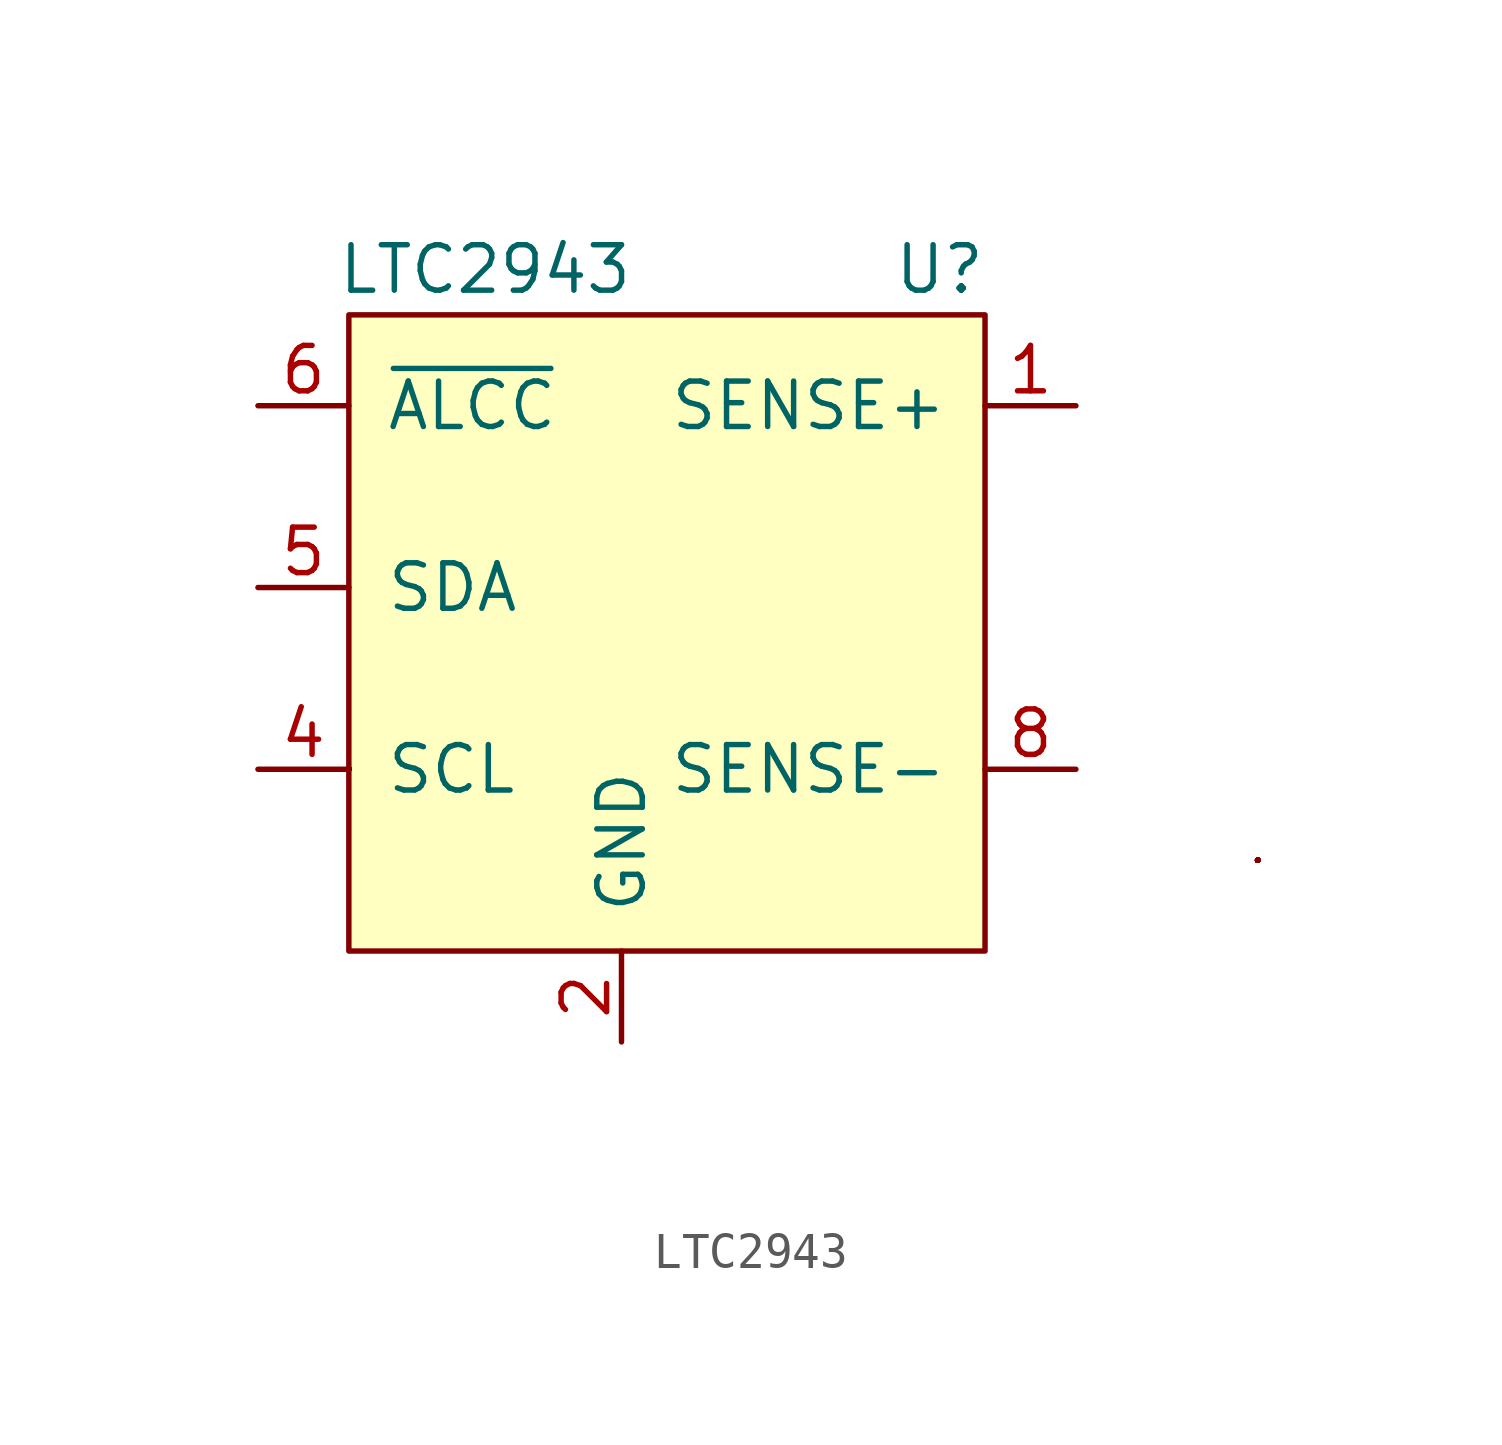
<source format=kicad_sym>
(kicad_symbol_lib
  (version 20211014)
  (generator kicad_symbol_editor)
  (symbol "LTC2943"
    (pin_names
      (offset 1.016))
    (property "Reference" "U"
      (at 8.89 10.16 0)
      (effects (font (size 1.27 1.27))))
    (property "Value" "LTC2943"
      (at -3.81 10.16 0)
      (effects (font (size 1.27 1.27))))
    (symbol "LTC2943_0_1"
      (rectangle (start -7.62 -3.81) (end -7.62 -3.81) (stroke (width 0) (type default) (color 0 0 0 0)) (fill (type none)))
      (rectangle (start -7.62 -3.81) (end -7.62 -3.81) (stroke (width 0) (type default) (color 0 0 0 0)) (fill (type none)))
      (rectangle (start -7.62 -3.81) (end -7.62 -3.81) (stroke (width 0) (type default) (color 0 0 0 0)) (fill (type none)))
      (rectangle (start -7.62 -3.81) (end -7.62 -3.81) (stroke (width 0) (type default) (color 0 0 0 0)) (fill (type none)))
      (rectangle (start -7.62 -3.81) (end -7.62 -3.81) (stroke (width 0) (type default) (color 0 0 0 0)) (fill (type none)))
      (rectangle (start -7.62 -3.81) (end -7.62 -3.81) (stroke (width 0) (type default) (color 0 0 0 0)) (fill (type none)))
      (rectangle (start -7.62 -3.81) (end -7.62 -3.81) (stroke (width 0) (type default) (color 0 0 0 0)) (fill (type none)))
      (rectangle (start -7.62 -3.81) (end -7.62 -3.81) (stroke (width 0) (type default) (color 0 0 0 0)) (fill (type none)))
      (rectangle (start -7.62 -3.81) (end -7.62 -3.81) (stroke (width 0) (type default) (color 0 0 0 0)) (fill (type none)))
      (rectangle (start -7.62 -3.81) (end -7.62 -3.81) (stroke (width 0) (type default) (color 0 0 0 0)) (fill (type none)))
      (rectangle (start -7.62 -3.81) (end -7.62 -3.81) (stroke (width 0) (type default) (color 0 0 0 0)) (fill (type none)))
      (rectangle (start -7.62 -3.81) (end -7.62 -3.81) (stroke (width 0) (type default) (color 0 0 0 0)) (fill (type none)))
      (rectangle (start -7.62 -3.81) (end -7.62 -3.81) (stroke (width 0) (type default) (color 0 0 0 0)) (fill (type none)))
      (rectangle (start -7.62 -3.81) (end -7.62 -3.81) (stroke (width 0) (type default) (color 0 0 0 0)) (fill (type none)))
      (rectangle (start -7.62 -3.81) (end -7.62 -3.81) (stroke (width 0) (type default) (color 0 0 0 0)) (fill (type none)))
      (rectangle (start -7.62 -3.81) (end -7.62 -3.81) (stroke (width 0) (type default) (color 0 0 0 0)) (fill (type none)))
      (rectangle (start -7.62 -3.81) (end -7.62 -3.81) (stroke (width 0) (type default) (color 0 0 0 0)) (fill (type none)))
      (rectangle (start -7.62 -3.81) (end -7.62 -3.81) (stroke (width 0) (type default) (color 0 0 0 0)) (fill (type none)))
      (rectangle (start -7.62 -3.81) (end -7.62 -3.81) (stroke (width 0) (type default) (color 0 0 0 0)) (fill (type none)))
      (rectangle (start -7.62 -3.81) (end -7.62 -3.81) (stroke (width 0) (type default) (color 0 0 0 0)) (fill (type none)))
      (rectangle (start -7.62 -3.81) (end -7.62 -3.81) (stroke (width 0) (type default) (color 0 0 0 0)) (fill (type none)))
      (rectangle (start -7.62 -3.81) (end -7.62 -3.81) (stroke (width 0) (type default) (color 0 0 0 0)) (fill (type none)))
      (rectangle (start -7.62 -3.81) (end -7.62 -3.81) (stroke (width 0) (type default) (color 0 0 0 0)) (fill (type none)))
      (rectangle (start -7.62 -3.81) (end -7.62 -3.81) (stroke (width 0) (type default) (color 0 0 0 0)) (fill (type none)))
      (rectangle (start -7.62 -3.81) (end -7.62 -3.81) (stroke (width 0) (type default) (color 0 0 0 0)) (fill (type none)))
      (rectangle (start -7.62 -3.81) (end -7.62 -3.81) (stroke (width 0) (type default) (color 0 0 0 0)) (fill (type none)))
      (rectangle (start -7.62 -3.81) (end -7.62 -3.81) (stroke (width 0) (type default) (color 0 0 0 0)) (fill (type none)))
      (rectangle (start -7.62 -3.81) (end -7.62 -3.81) (stroke (width 0) (type default) (color 0 0 0 0)) (fill (type none)))
      (rectangle (start -7.62 -3.81) (end -7.62 -3.81) (stroke (width 0) (type default) (color 0 0 0 0)) (fill (type none)))
      (rectangle (start -7.62 -3.81) (end -7.62 -3.81) (stroke (width 0) (type default) (color 0 0 0 0)) (fill (type none)))
      (rectangle (start -7.62 -3.81) (end -7.62 -3.81) (stroke (width 0) (type default) (color 0 0 0 0)) (fill (type none)))
      (rectangle (start -7.62 -3.81) (end -7.62 -3.81) (stroke (width 0) (type default) (color 0 0 0 0)) (fill (type none)))
      (rectangle (start -7.62 -3.81) (end -7.62 -3.81) (stroke (width 0) (type default) (color 0 0 0 0)) (fill (type none)))
      (rectangle (start -7.62 -3.81) (end -7.62 -3.81) (stroke (width 0) (type default) (color 0 0 0 0)) (fill (type none)))
      (rectangle (start -7.62 -3.81) (end -7.62 -3.81) (stroke (width 0) (type default) (color 0 0 0 0)) (fill (type none)))
      (rectangle (start -7.62 -3.81) (end -7.62 -3.81) (stroke (width 0) (type default) (color 0 0 0 0)) (fill (type none)))
      (rectangle (start -7.62 -3.81) (end -7.62 -3.81) (stroke (width 0) (type default) (color 0 0 0 0)) (fill (type none)))
      (rectangle (start -7.62 -3.81) (end -7.62 -3.81) (stroke (width 0) (type default) (color 0 0 0 0)) (fill (type none)))
      (rectangle (start -7.62 -3.81) (end -7.62 -3.81) (stroke (width 0) (type default) (color 0 0 0 0)) (fill (type none)))
      (rectangle (start -7.62 -3.81) (end -7.62 -3.81) (stroke (width 0) (type default) (color 0 0 0 0)) (fill (type none)))
      (rectangle (start -7.62 -3.81) (end -7.62 -3.81) (stroke (width 0) (type default) (color 0 0 0 0)) (fill (type none)))
      (rectangle (start -7.62 -3.81) (end -7.62 -3.81) (stroke (width 0) (type default) (color 0 0 0 0)) (fill (type none)))
      (rectangle (start -7.62 -3.81) (end -7.62 -3.81) (stroke (width 0) (type default) (color 0 0 0 0)) (fill (type none)))
      (rectangle (start -7.62 -3.81) (end -7.62 -3.81) (stroke (width 0) (type default) (color 0 0 0 0)) (fill (type none)))
      (rectangle (start -7.62 -3.81) (end -7.62 -3.81) (stroke (width 0) (type default) (color 0 0 0 0)) (fill (type none)))
      (rectangle (start -7.62 -3.81) (end -7.62 -3.81) (stroke (width 0) (type default) (color 0 0 0 0)) (fill (type none)))
      (rectangle (start -7.62 -3.81) (end -7.62 -3.81) (stroke (width 0) (type default) (color 0 0 0 0)) (fill (type none)))
      (rectangle (start -7.62 -3.81) (end -7.62 -3.81) (stroke (width 0) (type default) (color 0 0 0 0)) (fill (type none)))
      (rectangle (start -7.62 -3.81) (end -7.62 -3.81) (stroke (width 0) (type default) (color 0 0 0 0)) (fill (type none)))
      (rectangle (start -7.62 -3.81) (end -7.62 -3.81) (stroke (width 0) (type default) (color 0 0 0 0)) (fill (type none)))
      (rectangle (start -7.62 -3.81) (end -7.62 -3.81) (stroke (width 0) (type default) (color 0 0 0 0)) (fill (type none)))
      (rectangle (start -7.62 -3.81) (end -7.62 -3.81) (stroke (width 0) (type default) (color 0 0 0 0)) (fill (type none)))
      (rectangle (start -7.62 -3.81) (end -7.62 -3.81) (stroke (width 0) (type default) (color 0 0 0 0)) (fill (type none)))
      (rectangle (start -7.62 -3.81) (end -7.62 -3.81) (stroke (width 0) (type default) (color 0 0 0 0)) (fill (type none)))
      (rectangle (start -7.62 -3.81) (end -7.62 -3.81) (stroke (width 0) (type default) (color 0 0 0 0)) (fill (type none)))
      (rectangle (start -7.62 -3.81) (end -7.62 -3.81) (stroke (width 0) (type default) (color 0 0 0 0)) (fill (type none)))
      (rectangle (start -7.62 -3.81) (end -7.62 -3.81) (stroke (width 0) (type default) (color 0 0 0 0)) (fill (type none)))
      (rectangle (start -7.62 -3.81) (end -7.62 -3.81) (stroke (width 0) (type default) (color 0 0 0 0)) (fill (type none)))
      (rectangle (start -7.62 8.89) (end 10.16 -8.89) (stroke (width 0) (type default) (color 0 0 0 0)) (fill (type background)))
      (rectangle (start 17.78 -6.35) (end 17.78 -6.35) (stroke (width 0) (type default) (color 0 0 0 0)) (fill (type none)))
      (rectangle (start 17.78 -6.35) (end 17.78 -6.35) (stroke (width 0) (type default) (color 0 0 0 0)) (fill (type none)))
      (rectangle (start 17.78 -6.35) (end 17.78 -6.35) (stroke (width 0) (type default) (color 0 0 0 0)) (fill (type none)))
      (rectangle (start 17.78 -6.35) (end 17.78 -6.35) (stroke (width 0) (type default) (color 0 0 0 0)) (fill (type none)))
      (rectangle (start 17.78 -6.35) (end 17.78 -6.35) (stroke (width 0) (type default) (color 0 0 0 0)) (fill (type none)))
      (rectangle (start 17.78 -6.35) (end 17.78 -6.35) (stroke (width 0) (type default) (color 0 0 0 0)) (fill (type none)))
      (rectangle (start 17.78 -6.35) (end 17.78 -6.35) (stroke (width 0) (type default) (color 0 0 0 0)) (fill (type none)))
      (rectangle (start 17.78 -6.35) (end 17.78 -6.35) (stroke (width 0) (type default) (color 0 0 0 0)) (fill (type none)))
      (rectangle (start 17.78 -6.35) (end 17.78 -6.35) (stroke (width 0) (type default) (color 0 0 0 0)) (fill (type none)))
      (rectangle (start 17.78 -6.35) (end 17.78 -6.35) (stroke (width 0) (type default) (color 0 0 0 0)) (fill (type none)))
      (rectangle (start 17.78 -6.35) (end 17.78 -6.35) (stroke (width 0) (type default) (color 0 0 0 0)) (fill (type none)))
      (rectangle (start 17.78 -6.35) (end 17.78 -6.35) (stroke (width 0) (type default) (color 0 0 0 0)) (fill (type none)))
      (rectangle (start 17.78 -6.35) (end 17.78 -6.35) (stroke (width 0) (type default) (color 0 0 0 0)) (fill (type none)))
      (rectangle (start 17.78 -6.35) (end 17.78 -6.35) (stroke (width 0) (type default) (color 0 0 0 0)) (fill (type none)))
      (rectangle (start 17.78 -6.35) (end 17.78 -6.35) (stroke (width 0) (type default) (color 0 0 0 0)) (fill (type none)))
      (rectangle (start 17.78 -6.35) (end 17.78 -6.35) (stroke (width 0) (type default) (color 0 0 0 0)) (fill (type none)))
      (rectangle (start 17.78 -6.35) (end 17.78 -6.35) (stroke (width 0) (type default) (color 0 0 0 0)) (fill (type none)))
      (rectangle (start 17.78 -6.35) (end 17.78 -6.35) (stroke (width 0) (type default) (color 0 0 0 0)) (fill (type none)))
      (rectangle (start 17.78 -6.35) (end 17.78 -6.35) (stroke (width 0) (type default) (color 0 0 0 0)) (fill (type none)))
      (rectangle (start 17.78 -6.35) (end 17.78 -6.35) (stroke (width 0) (type default) (color 0 0 0 0)) (fill (type none)))
      (rectangle (start 17.78 -6.35) (end 17.78 -6.35) (stroke (width 0) (type default) (color 0 0 0 0)) (fill (type none)))
      (rectangle (start 17.78 -6.35) (end 17.78 -6.35) (stroke (width 0) (type default) (color 0 0 0 0)) (fill (type none)))
      (rectangle (start 17.78 -6.35) (end 17.78 -6.35) (stroke (width 0) (type default) (color 0 0 0 0)) (fill (type none)))
      (rectangle (start 17.78 -6.35) (end 17.78 -6.35) (stroke (width 0) (type default) (color 0 0 0 0)) (fill (type none)))
      (rectangle (start 17.78 -6.35) (end 17.78 -6.35) (stroke (width 0) (type default) (color 0 0 0 0)) (fill (type none)))
      (rectangle (start 17.78 -6.35) (end 17.78 -6.35) (stroke (width 0) (type default) (color 0 0 0 0)) (fill (type none)))
      (rectangle (start 17.78 -6.35) (end 17.78 -6.35) (stroke (width 0) (type default) (color 0 0 0 0)) (fill (type none)))
      (rectangle (start 17.78 -6.35) (end 17.78 -6.35) (stroke (width 0) (type default) (color 0 0 0 0)) (fill (type none)))
      (rectangle (start 17.78 -6.35) (end 17.78 -6.35) (stroke (width 0) (type default) (color 0 0 0 0)) (fill (type none)))
      (rectangle (start 17.78 -6.35) (end 17.78 -6.35) (stroke (width 0) (type default) (color 0 0 0 0)) (fill (type none)))
      (rectangle (start 17.78 -6.35) (end 17.78 -6.35) (stroke (width 0) (type default) (color 0 0 0 0)) (fill (type none)))
      (rectangle (start 17.78 -6.35) (end 17.78 -6.35) (stroke (width 0) (type default) (color 0 0 0 0)) (fill (type none)))
      (rectangle (start 17.78 -6.35) (end 17.78 -6.35) (stroke (width 0) (type default) (color 0 0 0 0)) (fill (type none)))
      (rectangle (start 17.78 -6.35) (end 17.78 -6.35) (stroke (width 0) (type default) (color 0 0 0 0)) (fill (type none)))
      (rectangle (start 17.78 -6.35) (end 17.78 -6.35) (stroke (width 0) (type default) (color 0 0 0 0)) (fill (type none)))
      (rectangle (start 17.78 -6.35) (end 17.78 -6.35) (stroke (width 0) (type default) (color 0 0 0 0)) (fill (type none)))
      (rectangle (start 17.78 -6.35) (end 17.78 -6.35) (stroke (width 0) (type default) (color 0 0 0 0)) (fill (type none)))
      (rectangle (start 17.78 -6.35) (end 17.78 -6.35) (stroke (width 0) (type default) (color 0 0 0 0)) (fill (type none)))
      (rectangle (start 17.78 -6.35) (end 17.78 -6.35) (stroke (width 0) (type default) (color 0 0 0 0)) (fill (type none)))
      (rectangle (start 17.78 -6.35) (end 17.78 -6.35) (stroke (width 0) (type default) (color 0 0 0 0)) (fill (type none)))
      (rectangle (start 17.78 -6.35) (end 17.78 -6.35) (stroke (width 0) (type default) (color 0 0 0 0)) (fill (type none)))
      (rectangle (start 17.78 -6.35) (end 17.78 -6.35) (stroke (width 0) (type default) (color 0 0 0 0)) (fill (type none)))
      (rectangle (start 17.78 -6.35) (end 17.78 -6.35) (stroke (width 0) (type default) (color 0 0 0 0)) (fill (type none)))
      (rectangle (start 17.78 -6.35) (end 17.78 -6.35) (stroke (width 0) (type default) (color 0 0 0 0)) (fill (type none)))
      (rectangle (start 17.78 -6.35) (end 17.78 -6.35) (stroke (width 0) (type default) (color 0 0 0 0)) (fill (type none)))
      (rectangle (start 17.78 -6.35) (end 17.78 -6.35) (stroke (width 0) (type default) (color 0 0 0 0)) (fill (type none)))
      (rectangle (start 17.78 -6.35) (end 17.78 -6.35) (stroke (width 0) (type default) (color 0 0 0 0)) (fill (type none)))
      (rectangle (start 17.78 -6.35) (end 17.78 -6.35) (stroke (width 0) (type default) (color 0 0 0 0)) (fill (type none)))
      (rectangle (start 17.78 -6.35) (end 17.78 -6.35) (stroke (width 0) (type default) (color 0 0 0 0)) (fill (type none)))
      (rectangle (start 17.78 -6.35) (end 17.78 -6.35) (stroke (width 0) (type default) (color 0 0 0 0)) (fill (type none)))
      (rectangle (start 17.78 -6.35) (end 17.78 -6.35) (stroke (width 0) (type default) (color 0 0 0 0)) (fill (type none)))
      (rectangle (start 17.78 -6.35) (end 17.78 -6.35) (stroke (width 0) (type default) (color 0 0 0 0)) (fill (type none)))
      (rectangle (start 17.78 -6.35) (end 17.78 -6.35) (stroke (width 0) (type default) (color 0 0 0 0)) (fill (type none)))
      (rectangle (start 17.78 -6.35) (end 17.78 -6.35) (stroke (width 0) (type default) (color 0 0 0 0)) (fill (type none)))
      (rectangle (start 17.78 -6.35) (end 17.78 -6.35) (stroke (width 0) (type default) (color 0 0 0 0)) (fill (type none)))
      (rectangle (start 17.78 -6.35) (end 17.78 -6.35) (stroke (width 0) (type default) (color 0 0 0 0)) (fill (type none)))
      (rectangle (start 17.78 -6.35) (end 17.78 -6.35) (stroke (width 0) (type default) (color 0 0 0 0)) (fill (type none)))
      (rectangle (start 17.78 -6.35) (end 17.78 -6.35) (stroke (width 0) (type default) (color 0 0 0 0)) (fill (type none)))
      (rectangle (start 17.78 -6.35) (end 17.78 -6.35) (stroke (width 0) (type default) (color 0 0 0 0)) (fill (type none)))
      (rectangle (start 17.78 -6.35) (end 17.78 -6.35) (stroke (width 0) (type default) (color 0 0 0 0)) (fill (type none)))
      (rectangle (start 17.78 -6.35) (end 17.78 -6.35) (stroke (width 0) (type default) (color 0 0 0 0)) (fill (type none)))
      (rectangle (start 17.78 -6.35) (end 17.78 -6.35) (stroke (width 0) (type default) (color 0 0 0 0)) (fill (type none)))
      (rectangle (start 17.78 -6.35) (end 17.78 -6.35) (stroke (width 0) (type default) (color 0 0 0 0)) (fill (type none)))
      (rectangle (start 17.78 -6.35) (end 17.78 -6.35) (stroke (width 0) (type default) (color 0 0 0 0)) (fill (type none)))
      (rectangle (start 17.78 -6.35) (end 17.78 -6.35) (stroke (width 0) (type default) (color 0 0 0 0)) (fill (type none)))
      (rectangle (start 17.78 -6.35) (end 17.78 -6.35) (stroke (width 0) (type default) (color 0 0 0 0)) (fill (type none)))
      (rectangle (start 17.78 -6.35) (end 17.78 -6.35) (stroke (width 0) (type default) (color 0 0 0 0)) (fill (type none)))
      (rectangle (start 17.78 -6.35) (end 17.78 -6.35) (stroke (width 0) (type default) (color 0 0 0 0)) (fill (type none)))
      (rectangle (start 17.78 -6.35) (end 17.78 -6.35) (stroke (width 0) (type default) (color 0 0 0 0)) (fill (type none)))
      (rectangle (start 17.78 -6.35) (end 17.78 -6.35) (stroke (width 0) (type default) (color 0 0 0 0)) (fill (type none)))
      (rectangle (start 17.78 -6.35) (end 17.78 -6.35) (stroke (width 0) (type default) (color 0 0 0 0)) (fill (type none)))
      (rectangle (start 17.78 -6.35) (end 17.78 -6.35) (stroke (width 0) (type default) (color 0 0 0 0)) (fill (type none)))
      (rectangle (start 17.78 -6.35) (end 17.78 -6.35) (stroke (width 0) (type default) (color 0 0 0 0)) (fill (type none)))
      (rectangle (start 17.78 -6.35) (end 17.78 -6.35) (stroke (width 0) (type default) (color 0 0 0 0)) (fill (type none)))
      (rectangle (start 17.78 -6.35) (end 17.78 -6.35) (stroke (width 0) (type default) (color 0 0 0 0)) (fill (type none)))
      (rectangle (start 17.78 -6.35) (end 17.78 -6.35) (stroke (width 0) (type default) (color 0 0 0 0)) (fill (type none)))
      (rectangle (start 17.78 -6.35) (end 17.78 -6.35) (stroke (width 0) (type default) (color 0 0 0 0)) (fill (type none)))
      (rectangle (start 17.78 -6.35) (end 17.78 -6.35) (stroke (width 0) (type default) (color 0 0 0 0)) (fill (type none)))
      (rectangle (start 17.78 -6.35) (end 17.78 -6.35) (stroke (width 0) (type default) (color 0 0 0 0)) (fill (type none)))
      (rectangle (start 17.78 -6.35) (end 17.78 -6.35) (stroke (width 0) (type default) (color 0 0 0 0)) (fill (type none)))
      (rectangle (start 17.78 -6.35) (end 17.78 -6.35) (stroke (width 0) (type default) (color 0 0 0 0)) (fill (type none)))
      (rectangle (start 17.78 -6.35) (end 17.78 -6.35) (stroke (width 0) (type default) (color 0 0 0 0)) (fill (type none)))
      (rectangle (start 17.78 -6.35) (end 17.78 -6.35) (stroke (width 0) (type default) (color 0 0 0 0)) (fill (type none)))
      (rectangle (start 17.78 -6.35) (end 17.78 -6.35) (stroke (width 0) (type default) (color 0 0 0 0)) (fill (type none)))
      (rectangle (start 17.78 -6.35) (end 17.78 -6.35) (stroke (width 0) (type default) (color 0 0 0 0)) (fill (type none)))
      (rectangle (start 17.78 -6.35) (end 17.78 -6.35) (stroke (width 0) (type default) (color 0 0 0 0)) (fill (type none)))
      (rectangle (start 17.78 -6.35) (end 17.78 -6.35) (stroke (width 0) (type default) (color 0 0 0 0)) (fill (type none)))
      (rectangle (start 17.78 -6.35) (end 17.78 -6.35) (stroke (width 0) (type default) (color 0 0 0 0)) (fill (type none)))
      (rectangle (start 17.78 -6.35) (end 17.78 -6.35) (stroke (width 0) (type default) (color 0 0 0 0)) (fill (type none)))
      (rectangle (start 17.78 -6.35) (end 17.78 -6.35) (stroke (width 0) (type default) (color 0 0 0 0)) (fill (type none)))
      (rectangle (start 17.78 -6.35) (end 17.78 -6.35) (stroke (width 0) (type default) (color 0 0 0 0)) (fill (type none)))
      (rectangle (start 17.78 -6.35) (end 17.78 -6.35) (stroke (width 0) (type default) (color 0 0 0 0)) (fill (type none)))
      (rectangle (start 17.78 -6.35) (end 17.78 -6.35) (stroke (width 0) (type default) (color 0 0 0 0)) (fill (type none)))
      (rectangle (start 17.78 -6.35) (end 17.78 -6.35) (stroke (width 0) (type default) (color 0 0 0 0)) (fill (type none)))
      (rectangle (start 17.78 -6.35) (end 17.78 -6.35) (stroke (width 0) (type default) (color 0 0 0 0)) (fill (type none)))
      (rectangle (start 17.78 -6.35) (end 17.78 -6.35) (stroke (width 0) (type default) (color 0 0 0 0)) (fill (type none)))
      (rectangle (start 17.78 -6.35) (end 17.78 -6.35) (stroke (width 0) (type default) (color 0 0 0 0)) (fill (type none)))
      (rectangle (start 17.78 -6.35) (end 17.78 -6.35) (stroke (width 0) (type default) (color 0 0 0 0)) (fill (type none)))
      (rectangle (start 17.78 -6.35) (end 17.78 -6.35) (stroke (width 0) (type default) (color 0 0 0 0)) (fill (type none)))
      (rectangle (start 17.78 -6.35) (end 17.78 -6.35) (stroke (width 0) (type default) (color 0 0 0 0)) (fill (type none)))
      (rectangle (start 17.78 -6.35) (end 17.78 -6.35) (stroke (width 0) (type default) (color 0 0 0 0)) (fill (type none)))
      (rectangle (start 17.78 -6.35) (end 17.78 -6.35) (stroke (width 0) (type default) (color 0 0 0 0)) (fill (type none)))
      (rectangle (start 17.78 -6.35) (end 17.78 -6.35) (stroke (width 0) (type default) (color 0 0 0 0)) (fill (type none)))
      (rectangle (start 17.78 -6.35) (end 17.78 -6.35) (stroke (width 0) (type default) (color 0 0 0 0)) (fill (type none)))
      (rectangle (start 17.78 -6.35) (end 17.78 -6.35) (stroke (width 0) (type default) (color 0 0 0 0)) (fill (type none)))
      (rectangle (start 17.78 -6.35) (end 17.78 -6.35) (stroke (width 0) (type default) (color 0 0 0 0)) (fill (type none)))
      (rectangle (start 17.78 -6.35) (end 17.78 -6.35) (stroke (width 0) (type default) (color 0 0 0 0)) (fill (type none)))
      (rectangle (start 17.78 -6.35) (end 17.78 -6.35) (stroke (width 0) (type default) (color 0 0 0 0)) (fill (type none)))
      (rectangle (start 17.78 -6.35) (end 17.78 -6.35) (stroke (width 0) (type default) (color 0 0 0 0)) (fill (type none)))
      (rectangle (start 17.78 -6.35) (end 17.78 -6.35) (stroke (width 0) (type default) (color 0 0 0 0)) (fill (type none)))
      (rectangle (start 17.78 -6.35) (end 17.78 -6.35) (stroke (width 0) (type default) (color 0 0 0 0)) (fill (type none)))
      (rectangle (start 17.78 -6.35) (end 17.78 -6.35) (stroke (width 0) (type default) (color 0 0 0 0)) (fill (type none)))
      (rectangle (start 17.78 -6.35) (end 17.78 -6.35) (stroke (width 0) (type default) (color 0 0 0 0)) (fill (type none)))
      (rectangle (start 17.78 -6.35) (end 17.78 -6.35) (stroke (width 0) (type default) (color 0 0 0 0)) (fill (type none)))
      (rectangle (start 17.78 -6.35) (end 17.78 -6.35) (stroke (width 0) (type default) (color 0 0 0 0)) (fill (type none)))
      (rectangle (start 17.78 -6.35) (end 17.78 -6.35) (stroke (width 0) (type default) (color 0 0 0 0)) (fill (type none)))
      (rectangle (start 17.78 -6.35) (end 17.78 -6.35) (stroke (width 0) (type default) (color 0 0 0 0)) (fill (type none)))
      (rectangle (start 17.78 -6.35) (end 17.78 -6.35) (stroke (width 0) (type default) (color 0 0 0 0)) (fill (type none)))
      (rectangle (start 17.78 -6.35) (end 17.78 -6.35) (stroke (width 0) (type default) (color 0 0 0 0)) (fill (type none)))
      (rectangle (start 17.78 -6.35) (end 17.78 -6.35) (stroke (width 0) (type default) (color 0 0 0 0)) (fill (type none)))
      (rectangle (start 17.78 -6.35) (end 17.78 -6.35) (stroke (width 0) (type default) (color 0 0 0 0)) (fill (type none)))
      (rectangle (start 17.78 -6.35) (end 17.78 -6.35) (stroke (width 0) (type default) (color 0 0 0 0)) (fill (type none)))
      (rectangle (start 17.78 -6.35) (end 17.78 -6.35) (stroke (width 0) (type default) (color 0 0 0 0)) (fill (type none)))
      (rectangle (start 17.78 -6.35) (end 17.78 -6.35) (stroke (width 0) (type default) (color 0 0 0 0)) (fill (type none)))
      (rectangle (start 17.78 -6.35) (end 17.78 -6.35) (stroke (width 0) (type default) (color 0 0 0 0)) (fill (type none)))
      (rectangle (start 17.78 -6.35) (end 17.78 -6.35) (stroke (width 0) (type default) (color 0 0 0 0)) (fill (type none)))
      (rectangle (start 17.78 -6.35) (end 17.78 -6.35) (stroke (width 0) (type default) (color 0 0 0 0)) (fill (type none)))
      (rectangle (start 17.78 -6.35) (end 17.78 -6.35) (stroke (width 0) (type default) (color 0 0 0 0)) (fill (type none)))
      (rectangle (start 17.78 -6.35) (end 17.78 -6.35) (stroke (width 0) (type default) (color 0 0 0 0)) (fill (type none)))
      (rectangle (start 17.78 -6.35) (end 17.78 -6.35) (stroke (width 0) (type default) (color 0 0 0 0)) (fill (type none)))
      (rectangle (start 17.78 -6.35) (end 17.78 -6.35) (stroke (width 0) (type default) (color 0 0 0 0)) (fill (type none)))
      (rectangle (start 17.78 -6.35) (end 17.78 -6.35) (stroke (width 0) (type default) (color 0 0 0 0)) (fill (type none)))
      (rectangle (start 17.78 -6.35) (end 17.78 -6.35) (stroke (width 0) (type default) (color 0 0 0 0)) (fill (type none)))
      (rectangle (start 17.78 -6.35) (end 17.78 -6.35) (stroke (width 0) (type default) (color 0 0 0 0)) (fill (type none)))
      (rectangle (start 17.78 -6.35) (end 17.78 -6.35) (stroke (width 0) (type default) (color 0 0 0 0)) (fill (type none)))
      (rectangle (start 17.78 -6.35) (end 17.78 -6.35) (stroke (width 0) (type default) (color 0 0 0 0)) (fill (type none)))
      (rectangle (start 17.78 -6.35) (end 17.78 -6.35) (stroke (width 0) (type default) (color 0 0 0 0)) (fill (type none)))
      (rectangle (start 17.78 -6.35) (end 17.78 -6.35) (stroke (width 0) (type default) (color 0 0 0 0)) (fill (type none)))
      (rectangle (start 17.78 -6.35) (end 17.78 -6.35) (stroke (width 0) (type default) (color 0 0 0 0)) (fill (type none)))
      (rectangle (start 17.78 -6.35) (end 17.78 -6.35) (stroke (width 0) (type default) (color 0 0 0 0)) (fill (type none)))
      (rectangle (start 17.78 -6.35) (end 17.78 -6.35) (stroke (width 0) (type default) (color 0 0 0 0)) (fill (type none)))
      (rectangle (start 17.78 -6.35) (end 17.78 -6.35) (stroke (width 0) (type default) (color 0 0 0 0)) (fill (type none)))
      (rectangle (start 17.78 -6.35) (end 17.78 -6.35) (stroke (width 0) (type default) (color 0 0 0 0)) (fill (type none)))
      (rectangle (start 17.78 -6.35) (end 17.78 -6.35) (stroke (width 0) (type default) (color 0 0 0 0)) (fill (type none)))
      (rectangle (start 17.78 -6.35) (end 17.78 -6.35) (stroke (width 0) (type default) (color 0 0 0 0)) (fill (type none)))
      (rectangle (start 17.78 -6.35) (end 17.78 -6.35) (stroke (width 0) (type default) (color 0 0 0 0)) (fill (type none)))
      (rectangle (start 17.78 -6.35) (end 17.78 -6.35) (stroke (width 0) (type default) (color 0 0 0 0)) (fill (type none)))
      (rectangle (start 17.78 -6.35) (end 17.78 -6.35) (stroke (width 0) (type default) (color 0 0 0 0)) (fill (type none)))
      (rectangle (start 17.78 -6.35) (end 17.78 -6.35) (stroke (width 0) (type default) (color 0 0 0 0)) (fill (type none)))
      (rectangle (start 17.78 -6.35) (end 17.78 -6.35) (stroke (width 0) (type default) (color 0 0 0 0)) (fill (type none)))
      (rectangle (start 17.78 -6.35) (end 17.78 -6.35) (stroke (width 0) (type default) (color 0 0 0 0)) (fill (type none)))
      (rectangle (start 17.78 -6.35) (end 17.78 -6.35) (stroke (width 0) (type default) (color 0 0 0 0)) (fill (type none)))
      (rectangle (start 17.78 -6.35) (end 17.78 -6.35) (stroke (width 0) (type default) (color 0 0 0 0)) (fill (type none)))
      (rectangle (start 17.78 -6.35) (end 17.78 -6.35) (stroke (width 0) (type default) (color 0 0 0 0)) (fill (type none)))
      (rectangle (start 17.78 -6.35) (end 17.78 -6.35) (stroke (width 0) (type default) (color 0 0 0 0)) (fill (type none)))
      (rectangle (start 17.78 -6.35) (end 17.78 -6.35) (stroke (width 0) (type default) (color 0 0 0 0)) (fill (type none)))
      (rectangle (start 17.78 -6.35) (end 17.78 -6.35) (stroke (width 0) (type default) (color 0 0 0 0)) (fill (type none)))
      (rectangle (start 17.78 -6.35) (end 17.78 -6.35) (stroke (width 0) (type default) (color 0 0 0 0)) (fill (type none)))
      (rectangle (start 17.78 -6.35) (end 17.78 -6.35) (stroke (width 0) (type default) (color 0 0 0 0)) (fill (type none)))
      (rectangle (start 17.78 -6.35) (end 17.78 -6.35) (stroke (width 0) (type default) (color 0 0 0 0)) (fill (type none)))
      (rectangle (start 17.78 -6.35) (end 17.78 -6.35) (stroke (width 0) (type default) (color 0 0 0 0)) (fill (type none)))
      (rectangle (start 17.78 -6.35) (end 17.78 -6.35) (stroke (width 0) (type default) (color 0 0 0 0)) (fill (type none)))
      (rectangle (start 17.78 -6.35) (end 17.78 -6.35) (stroke (width 0) (type default) (color 0 0 0 0)) (fill (type none)))
      (rectangle (start 17.78 -6.35) (end 17.78 -6.35) (stroke (width 0) (type default) (color 0 0 0 0)) (fill (type none)))
      (rectangle (start 17.78 -6.35) (end 17.78 -6.35) (stroke (width 0) (type default) (color 0 0 0 0)) (fill (type none)))
      (rectangle (start 17.78 -6.35) (end 17.78 -6.35) (stroke (width 0) (type default) (color 0 0 0 0)) (fill (type none)))
      (rectangle (start 17.78 -6.35) (end 17.78 -6.35) (stroke (width 0) (type default) (color 0 0 0 0)) (fill (type none)))
      (rectangle (start 17.78 -6.35) (end 17.78 -6.35) (stroke (width 0) (type default) (color 0 0 0 0)) (fill (type none)))
      (rectangle (start 17.78 -6.35) (end 17.78 -6.35) (stroke (width 0) (type default) (color 0 0 0 0)) (fill (type none)))
      (rectangle (start 17.78 -6.35) (end 17.78 -6.35) (stroke (width 0) (type default) (color 0 0 0 0)) (fill (type none)))
      (rectangle (start 17.78 -6.35) (end 17.78 -6.35) (stroke (width 0) (type default) (color 0 0 0 0)) (fill (type none)))
      (rectangle (start 17.78 -6.35) (end 17.78 -6.35) (stroke (width 0) (type default) (color 0 0 0 0)) (fill (type none)))
      (rectangle (start 17.78 -6.35) (end 17.78 -6.35) (stroke (width 0) (type default) (color 0 0 0 0)) (fill (type none)))
      (rectangle (start 17.78 -6.35) (end 17.78 -6.35) (stroke (width 0) (type default) (color 0 0 0 0)) (fill (type none)))
      (rectangle (start 17.78 -6.35) (end 17.78 -6.35) (stroke (width 0) (type default) (color 0 0 0 0)) (fill (type none)))
      (rectangle (start 17.78 -6.35) (end 17.78 -6.35) (stroke (width 0) (type default) (color 0 0 0 0)) (fill (type none)))
      (rectangle (start 17.78 -6.35) (end 17.78 -6.35) (stroke (width 0) (type default) (color 0 0 0 0)) (fill (type none)))
      (rectangle (start 17.78 -6.35) (end 17.78 -6.35) (stroke (width 0) (type default) (color 0 0 0 0)) (fill (type none)))
      (rectangle (start 17.78 -6.35) (end 17.78 -6.35) (stroke (width 0) (type default) (color 0 0 0 0)) (fill (type none)))
      (rectangle (start 17.78 -6.35) (end 17.78 -6.35) (stroke (width 0) (type default) (color 0 0 0 0)) (fill (type none)))
      (rectangle (start 17.78 -6.35) (end 17.78 -6.35) (stroke (width 0) (type default) (color 0 0 0 0)) (fill (type none)))
      (rectangle (start 17.78 -6.35) (end 17.78 -6.35) (stroke (width 0) (type default) (color 0 0 0 0)) (fill (type none)))
      (rectangle (start 17.78 -6.35) (end 17.78 -6.35) (stroke (width 0) (type default) (color 0 0 0 0)) (fill (type none)))
      (rectangle (start 17.78 -6.35) (end 17.78 -6.35) (stroke (width 0) (type default) (color 0 0 0 0)) (fill (type none)))
      (rectangle (start 17.78 -6.35) (end 17.78 -6.35) (stroke (width 0) (type default) (color 0 0 0 0)) (fill (type none)))
      (rectangle (start 17.78 -6.35) (end 17.78 -6.35) (stroke (width 0) (type default) (color 0 0 0 0)) (fill (type none)))
      (rectangle (start 17.78 -6.35) (end 17.78 -6.35) (stroke (width 0) (type default) (color 0 0 0 0)) (fill (type none)))
      (rectangle (start 17.78 -6.35) (end 17.78 -6.35) (stroke (width 0) (type default) (color 0 0 0 0)) (fill (type none)))
      (rectangle (start 17.78 -6.35) (end 17.78 -6.35) (stroke (width 0) (type default) (color 0 0 0 0)) (fill (type none)))
      (rectangle (start 17.78 -6.35) (end 17.78 -6.35) (stroke (width 0) (type default) (color 0 0 0 0)) (fill (type none)))
      (rectangle (start 17.78 -6.35) (end 17.78 -6.35) (stroke (width 0) (type default) (color 0 0 0 0)) (fill (type none)))
      (rectangle (start 17.78 -6.35) (end 17.78 -6.35) (stroke (width 0) (type default) (color 0 0 0 0)) (fill (type none)))
      (rectangle (start 17.78 -6.35) (end 17.78 -6.35) (stroke (width 0) (type default) (color 0 0 0 0)) (fill (type none)))
      (rectangle (start 17.78 -6.35) (end 17.78 -6.35) (stroke (width 0) (type default) (color 0 0 0 0)) (fill (type none)))
      (rectangle (start 17.78 -6.35) (end 17.78 -6.35) (stroke (width 0) (type default) (color 0 0 0 0)) (fill (type none)))
      (rectangle (start 17.78 -6.35) (end 17.78 -6.35) (stroke (width 0) (type default) (color 0 0 0 0)) (fill (type none)))
      (rectangle (start 17.78 -6.35) (end 17.78 -6.35) (stroke (width 0) (type default) (color 0 0 0 0)) (fill (type none)))
      (rectangle (start 17.78 -6.35) (end 17.78 -6.35) (stroke (width 0) (type default) (color 0 0 0 0)) (fill (type none)))
      (rectangle (start 17.78 -6.35) (end 17.78 -6.35) (stroke (width 0) (type default) (color 0 0 0 0)) (fill (type none)))
      (rectangle (start 17.78 -6.35) (end 17.78 -6.35) (stroke (width 0) (type default) (color 0 0 0 0)) (fill (type none)))
      (rectangle (start 17.78 -6.35) (end 17.78 -6.35) (stroke (width 0) (type default) (color 0 0 0 0)) (fill (type none)))
      (rectangle (start 17.78 -6.35) (end 17.78 -6.35) (stroke (width 0) (type default) (color 0 0 0 0)) (fill (type none)))
      (rectangle (start 17.78 -6.35) (end 17.78 -6.35) (stroke (width 0) (type default) (color 0 0 0 0)) (fill (type none)))
      (rectangle (start 17.78 -6.35) (end 17.78 -6.35) (stroke (width 0) (type default) (color 0 0 0 0)) (fill (type none)))
      (rectangle (start 17.78 -6.35) (end 17.78 -6.35) (stroke (width 0) (type default) (color 0 0 0 0)) (fill (type none)))
      (rectangle (start 17.78 -6.35) (end 17.78 -6.35) (stroke (width 0) (type default) (color 0 0 0 0)) (fill (type none)))
      (rectangle (start 17.78 -6.35) (end 17.78 -6.35) (stroke (width 0) (type default) (color 0 0 0 0)) (fill (type none)))
      (rectangle (start 17.78 -6.35) (end 17.78 -6.35) (stroke (width 0) (type default) (color 0 0 0 0)) (fill (type none)))
      (rectangle (start 17.78 -6.35) (end 17.78 -6.35) (stroke (width 0) (type default) (color 0 0 0 0)) (fill (type none)))
      (rectangle (start 17.78 -6.35) (end 17.78 -6.35) (stroke (width 0) (type default) (color 0 0 0 0)) (fill (type none)))
      (rectangle (start 17.78 -6.35) (end 17.78 -6.35) (stroke (width 0) (type default) (color 0 0 0 0)) (fill (type none)))
      (rectangle (start 17.78 -6.35) (end 17.78 -6.35) (stroke (width 0) (type default) (color 0 0 0 0)) (fill (type none)))
      (rectangle (start 17.78 -6.35) (end 17.78 -6.35) (stroke (width 0) (type default) (color 0 0 0 0)) (fill (type none)))
      (rectangle (start 17.78 -6.35) (end 17.78 -6.35) (stroke (width 0) (type default) (color 0 0 0 0)) (fill (type none)))
      (rectangle (start 17.78 -6.35) (end 17.78 -6.35) (stroke (width 0) (type default) (color 0 0 0 0)) (fill (type none)))
      (rectangle (start 17.78 -6.35) (end 17.78 -6.35) (stroke (width 0) (type default) (color 0 0 0 0)) (fill (type none)))
      (rectangle (start 17.78 -6.35) (end 17.78 -6.35) (stroke (width 0) (type default) (color 0 0 0 0)) (fill (type none)))
      (rectangle (start 17.78 -6.35) (end 17.78 -6.35) (stroke (width 0) (type default) (color 0 0 0 0)) (fill (type none)))
      (rectangle (start 17.78 -6.35) (end 17.78 -6.35) (stroke (width 0) (type default) (color 0 0 0 0)) (fill (type none)))
      (rectangle (start 17.78 -6.35) (end 17.78 -6.35) (stroke (width 0) (type default) (color 0 0 0 0)) (fill (type none)))
      (rectangle (start 17.78 -6.35) (end 17.78 -6.35) (stroke (width 0) (type default) (color 0 0 0 0)) (fill (type none)))
      (rectangle (start 17.78 -6.35) (end 17.78 -6.35) (stroke (width 0) (type default) (color 0 0 0 0)) (fill (type none)))
      (rectangle (start 17.78 -6.35) (end 17.78 -6.35) (stroke (width 0) (type default) (color 0 0 0 0)) (fill (type none)))
      (rectangle (start 17.78 -6.35) (end 17.78 -6.35) (stroke (width 0) (type default) (color 0 0 0 0)) (fill (type none)))
      (rectangle (start 17.78 -6.35) (end 17.78 -6.35) (stroke (width 0) (type default) (color 0 0 0 0)) (fill (type none)))
      (rectangle (start 17.78 -6.35) (end 17.78 -6.35) (stroke (width 0) (type default) (color 0 0 0 0)) (fill (type none)))
      (rectangle (start 17.78 -6.35) (end 17.78 -6.35) (stroke (width 0) (type default) (color 0 0 0 0)) (fill (type none)))
      (rectangle (start 17.78 -6.35) (end 17.78 -6.35) (stroke (width 0) (type default) (color 0 0 0 0)) (fill (type none)))
      (rectangle (start 17.78 -6.35) (end 17.78 -6.35) (stroke (width 0) (type default) (color 0 0 0 0)) (fill (type none)))
      (rectangle (start 17.78 -6.35) (end 17.78 -6.35) (stroke (width 0) (type default) (color 0 0 0 0)) (fill (type none)))
      (rectangle (start 17.78 -6.35) (end 17.78 -6.35) (stroke (width 0) (type default) (color 0 0 0 0)) (fill (type none)))
      (rectangle (start 17.78 -6.35) (end 17.78 -6.35) (stroke (width 0) (type default) (color 0 0 0 0)) (fill (type none)))
      (rectangle (start 17.78 -6.35) (end 17.78 -6.35) (stroke (width 0) (type default) (color 0 0 0 0)) (fill (type none)))
      (rectangle (start 17.78 -6.35) (end 17.78 -6.35) (stroke (width 0) (type default) (color 0 0 0 0)) (fill (type none)))
      (rectangle (start 17.78 -6.35) (end 17.78 -6.35) (stroke (width 0) (type default) (color 0 0 0 0)) (fill (type none)))
      (rectangle (start 17.78 -6.35) (end 17.78 -6.35) (stroke (width 0) (type default) (color 0 0 0 0)) (fill (type none)))
      (rectangle (start 17.78 -6.35) (end 17.78 -6.35) (stroke (width 0) (type default) (color 0 0 0 0)) (fill (type none)))
      (rectangle (start 17.78 -6.35) (end 17.78 -6.35) (stroke (width 0) (type default) (color 0 0 0 0)) (fill (type none)))
      (rectangle (start 17.78 -6.35) (end 17.78 -6.35) (stroke (width 0) (type default) (color 0 0 0 0)) (fill (type none)))
      (rectangle (start 17.78 -6.35) (end 17.78 -6.35) (stroke (width 0) (type default) (color 0 0 0 0)) (fill (type none)))
      (rectangle (start 17.78 -6.35) (end 17.78 -6.35) (stroke (width 0) (type default) (color 0 0 0 0)) (fill (type none)))
      (rectangle (start 17.78 -6.35) (end 17.78 -6.35) (stroke (width 0) (type default) (color 0 0 0 0)) (fill (type none)))
      (rectangle (start 17.78 -6.35) (end 17.78 -6.35) (stroke (width 0) (type default) (color 0 0 0 0)) (fill (type none)))
      (rectangle (start 17.78 -6.35) (end 17.78 -6.35) (stroke (width 0) (type default) (color 0 0 0 0)) (fill (type none)))
      (rectangle (start 17.78 -6.35) (end 17.78 -6.35) (stroke (width 0) (type default) (color 0 0 0 0)) (fill (type none)))
      (rectangle (start 17.78 -6.35) (end 17.78 -6.35) (stroke (width 0) (type default) (color 0 0 0 0)) (fill (type none)))
      (rectangle (start 17.78 -6.35) (end 17.78 -6.35) (stroke (width 0) (type default) (color 0 0 0 0)) (fill (type none)))
      (rectangle (start 17.78 -6.35) (end 17.78 -6.35) (stroke (width 0) (type default) (color 0 0 0 0)) (fill (type none)))
      (rectangle (start 17.78 -6.35) (end 17.78 -6.35) (stroke (width 0) (type default) (color 0 0 0 0)) (fill (type none)))
      (rectangle (start 17.78 -6.35) (end 17.78 -6.35) (stroke (width 0) (type default) (color 0 0 0 0)) (fill (type none)))
      (rectangle (start 17.78 -6.35) (end 17.78 -6.35) (stroke (width 0) (type default) (color 0 0 0 0)) (fill (type none)))
      (rectangle (start 17.78 -6.35) (end 17.78 -6.35) (stroke (width 0) (type default) (color 0 0 0 0)) (fill (type none)))
      (rectangle (start 17.78 -6.35) (end 17.78 -6.35) (stroke (width 0) (type default) (color 0 0 0 0)) (fill (type none)))
      (rectangle (start 17.78 -6.35) (end 17.78 -6.35) (stroke (width 0) (type default) (color 0 0 0 0)) (fill (type none)))
      (rectangle (start 17.78 -6.35) (end 17.78 -6.35) (stroke (width 0) (type default) (color 0 0 0 0)) (fill (type none)))
      (rectangle (start 17.78 -6.35) (end 17.78 -6.35) (stroke (width 0) (type default) (color 0 0 0 0)) (fill (type none)))
      (rectangle (start 17.78 -6.35) (end 17.78 -6.35) (stroke (width 0) (type default) (color 0 0 0 0)) (fill (type none)))
      (rectangle (start 17.78 -6.35) (end 17.78 -6.35) (stroke (width 0) (type default) (color 0 0 0 0)) (fill (type none)))
      (rectangle (start 17.78 -6.35) (end 17.78 -6.35) (stroke (width 0) (type default) (color 0 0 0 0)) (fill (type none)))
      (rectangle (start 17.78 -6.35) (end 17.78 -6.35) (stroke (width 0) (type default) (color 0 0 0 0)) (fill (type none)))
      (rectangle (start 17.78 -6.35) (end 17.78 -6.35) (stroke (width 0) (type default) (color 0 0 0 0)) (fill (type none)))
      (rectangle (start 17.78 -6.35) (end 17.78 -6.35) (stroke (width 0) (type default) (color 0 0 0 0)) (fill (type none)))
      (rectangle (start 17.78 -6.35) (end 17.78 -6.35) (stroke (width 0) (type default) (color 0 0 0 0)) (fill (type none)))
      (rectangle (start 17.78 -6.35) (end 17.78 -6.35) (stroke (width 0) (type default) (color 0 0 0 0)) (fill (type none)))
      (rectangle (start 17.78 -6.35) (end 17.78 -6.35) (stroke (width 0) (type default) (color 0 0 0 0)) (fill (type none)))
      (rectangle (start 17.78 -6.35) (end 17.78 -6.35) (stroke (width 0) (type default) (color 0 0 0 0)) (fill (type none)))
      (rectangle (start 17.78 -6.35) (end 17.78 -6.35) (stroke (width 0) (type default) (color 0 0 0 0)) (fill (type none)))
      (rectangle (start 17.78 -6.35) (end 17.78 -6.35) (stroke (width 0) (type default) (color 0 0 0 0)) (fill (type none)))
      (rectangle (start 17.78 -6.35) (end 17.78 -6.35) (stroke (width 0) (type default) (color 0 0 0 0)) (fill (type none)))
      (rectangle (start 17.78 -6.35) (end 17.78 -6.35) (stroke (width 0) (type default) (color 0 0 0 0)) (fill (type none)))
      (rectangle (start 17.78 -6.35) (end 17.78 -6.35) (stroke (width 0) (type default) (color 0 0 0 0)) (fill (type none)))
      (rectangle (start 17.78 -6.35) (end 17.78 -6.35) (stroke (width 0) (type default) (color 0 0 0 0)) (fill (type none)))
      (rectangle (start 17.78 -6.35) (end 17.78 -6.35) (stroke (width 0) (type default) (color 0 0 0 0)) (fill (type none)))
      (rectangle (start 17.78 -6.35) (end 17.78 -6.35) (stroke (width 0) (type default) (color 0 0 0 0)) (fill (type none)))
      (rectangle (start 17.78 -6.35) (end 17.78 -6.35) (stroke (width 0) (type default) (color 0 0 0 0)) (fill (type none)))
      (rectangle (start 17.78 -6.35) (end 17.78 -6.35) (stroke (width 0) (type default) (color 0 0 0 0)) (fill (type none)))
      (rectangle (start 17.78 -6.35) (end 17.78 -6.35) (stroke (width 0) (type default) (color 0 0 0 0)) (fill (type none)))
      (rectangle (start 17.78 -6.35) (end 17.78 -6.35) (stroke (width 0) (type default) (color 0 0 0 0)) (fill (type none)))
      (rectangle (start 17.78 -6.35) (end 17.78 -6.35) (stroke (width 0) (type default) (color 0 0 0 0)) (fill (type none)))
      (rectangle (start 17.78 -6.35) (end 17.78 -6.35) (stroke (width 0) (type default) (color 0 0 0 0)) (fill (type none)))
      (rectangle (start 17.78 -6.35) (end 17.78 -6.35) (stroke (width 0) (type default) (color 0 0 0 0)) (fill (type none)))
      (rectangle (start 17.78 -6.35) (end 17.78 -6.35) (stroke (width 0) (type default) (color 0 0 0 0)) (fill (type none)))
      (rectangle (start 17.78 -6.35) (end 17.78 -6.35) (stroke (width 0) (type default) (color 0 0 0 0)) (fill (type none)))
      (rectangle (start 17.78 -6.35) (end 17.78 -6.35) (stroke (width 0) (type default) (color 0 0 0 0)) (fill (type none))))
    (symbol "LTC2943_1_1"
      (pin power_out line (at 12.7 6.35 180) (length 2.54) (name "SENSE+" (effects (font (size 1.27 1.27)))) (number "1" (effects (font (size 1.27 1.27)))))
      (pin power_in line (at 0 -11.43 90) (length 2.54) (name "GND" (effects (font (size 1.27 1.27)))) (number "2" (effects (font (size 1.27 1.27)))))
      (pin power_in line (at 0 -11.43 270) (length 0) hide (name "NC" (effects (font (size 1.27 1.27)))) (number "3" (effects (font (size 1.27 1.27)))))
      (pin input line (at -10.16 -3.81 0) (length 2.54) (name "SCL" (effects (font (size 1.27 1.27)))) (number "4" (effects (font (size 1.27 1.27)))))
      (pin bidirectional line (at -10.16 1.27 0) (length 2.54) (name "SDA" (effects (font (size 1.27 1.27)))) (number "5" (effects (font (size 1.27 1.27)))))
      (pin input line (at -10.16 6.35 0) (length 2.54) (name "~{ALCC}" (effects (font (size 1.27 1.27)))) (number "6" (effects (font (size 1.27 1.27)))))
      (pin power_in line (at 0 -11.43 270) (length 0) hide (name "NC" (effects (font (size 1.27 1.27)))) (number "7" (effects (font (size 1.27 1.27)))))
      (pin power_in line (at 12.7 -3.81 180) (length 2.54) (name "SENSE-" (effects (font (size 1.27 1.27)))) (number "8" (effects (font (size 1.27 1.27)))))
      (pin power_in line (at 0 -11.43 270) (length 2.54) hide (name "~" (effects (font (size 1.27 1.27)))) (number "9" (effects (font (size 1.27 1.27))))))))
</source>
